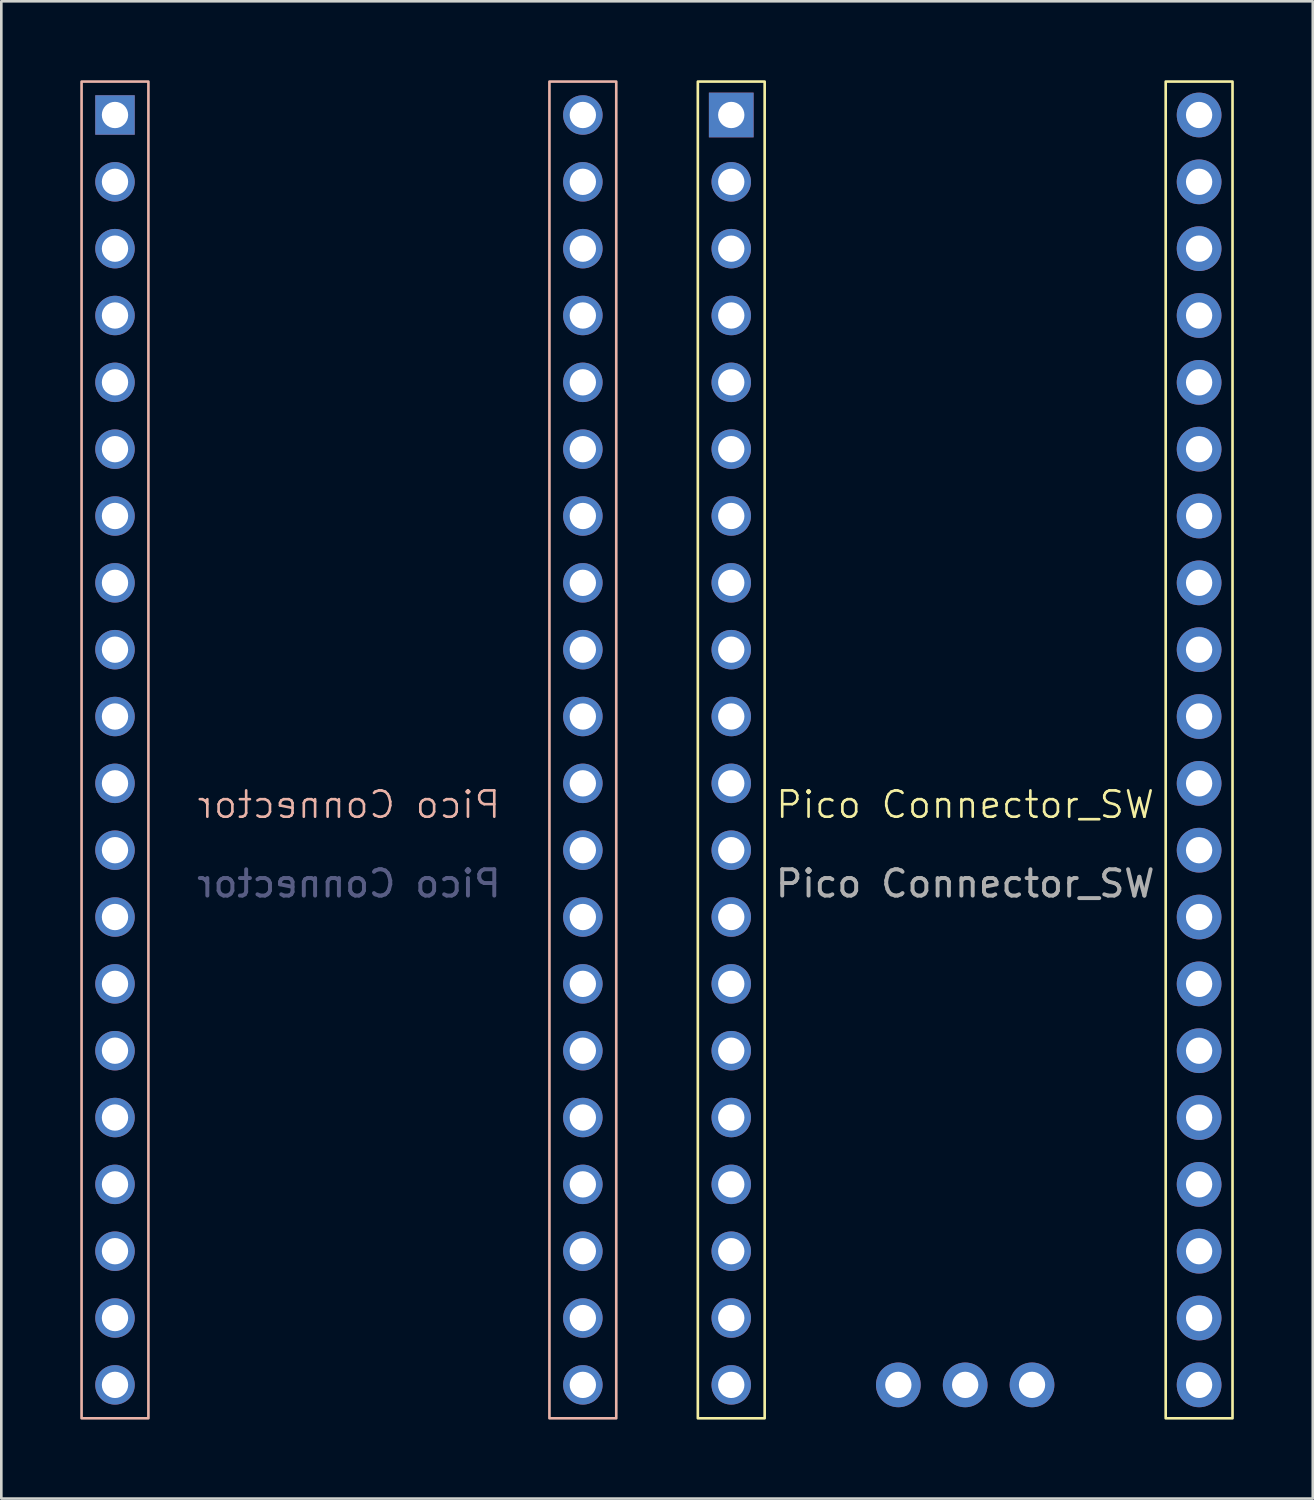
<source format=kicad_pcb>
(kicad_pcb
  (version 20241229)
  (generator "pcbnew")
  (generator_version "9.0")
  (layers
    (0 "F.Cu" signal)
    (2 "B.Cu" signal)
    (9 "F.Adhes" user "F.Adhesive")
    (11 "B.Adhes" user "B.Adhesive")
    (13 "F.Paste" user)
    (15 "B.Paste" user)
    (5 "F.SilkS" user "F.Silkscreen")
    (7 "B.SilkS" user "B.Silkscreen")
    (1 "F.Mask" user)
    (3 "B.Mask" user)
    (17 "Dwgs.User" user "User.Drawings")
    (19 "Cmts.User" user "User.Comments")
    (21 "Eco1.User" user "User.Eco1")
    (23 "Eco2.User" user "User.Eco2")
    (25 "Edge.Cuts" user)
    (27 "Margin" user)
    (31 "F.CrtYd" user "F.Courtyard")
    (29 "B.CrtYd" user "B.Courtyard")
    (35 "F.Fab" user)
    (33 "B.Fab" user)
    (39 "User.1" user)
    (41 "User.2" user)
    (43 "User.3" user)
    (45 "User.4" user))
  (footprint "Pico Connector"
    (layer "F.Cu")
    (at 1.27 25.48)
    (property "Reference" "Pico Connector" (at 8.94 2.05 0) (unlocked yes) (layer "B.SilkS") (effects (font (size 1 1) (thickness 0.1)) (justify mirror)))
    (attr through_hole dnp)
    (fp_rect (start -1.22 -25.43) (end 1.32 25.37) (stroke (width 0.1) (type default)) (fill no) (layer "B.SilkS"))
    (fp_rect (start 16.56 -25.43) (end 19.1 25.37) (stroke (width 0.1) (type default)) (fill no) (layer "B.SilkS"))
    (fp_text user "${REFERENCE}" (at 8.94 5.05 0) (unlocked yes) (layer "B.Fab") (effects (font (size 1 1) (thickness 0.15)) (justify mirror)))
    (pad "1" thru_hole circle (at 17.83 -24.16 180) (size 1.5 1.5) (drill 1) (layers "*.Cu" "*.Mask"))
    (pad "2" thru_hole circle (at 17.83 -21.62 180) (size 1.5 1.5) (drill 1) (layers "*.Cu" "*.Mask"))
    (pad "3" thru_hole circle (at 17.83 -19.08 180) (size 1.5 1.5) (drill 1) (layers "*.Cu" "*.Mask"))
    (pad "4" thru_hole circle (at 17.83 -16.54 180) (size 1.5 1.5) (drill 1) (layers "*.Cu" "*.Mask"))
    (pad "5" thru_hole circle (at 17.83 -14 180) (size 1.5 1.5) (drill 1) (layers "*.Cu" "*.Mask"))
    (pad "6" thru_hole circle (at 17.83 -11.46 180) (size 1.5 1.5) (drill 1) (layers "*.Cu" "*.Mask"))
    (pad "7" thru_hole circle (at 17.83 -8.92 180) (size 1.5 1.5) (drill 1) (layers "*.Cu" "*.Mask"))
    (pad "8" thru_hole circle (at 17.83 -6.38 180) (size 1.5 1.5) (drill 1) (layers "*.Cu" "*.Mask"))
    (pad "9" thru_hole circle (at 17.83 -3.84 180) (size 1.5 1.5) (drill 1) (layers "*.Cu" "*.Mask"))
    (pad "10" thru_hole circle (at 17.83 -1.3 180) (size 1.5 1.5) (drill 1) (layers "*.Cu" "*.Mask"))
    (pad "11" thru_hole circle (at 17.83 1.24 180) (size 1.5 1.5) (drill 1) (layers "*.Cu" "*.Mask"))
    (pad "12" thru_hole circle (at 17.83 3.78 180) (size 1.5 1.5) (drill 1) (layers "*.Cu" "*.Mask"))
    (pad "13" thru_hole circle (at 17.83 6.32 180) (size 1.5 1.5) (drill 1) (layers "*.Cu" "*.Mask"))
    (pad "14" thru_hole circle (at 17.83 8.86 180) (size 1.5 1.5) (drill 1) (layers "*.Cu" "*.Mask"))
    (pad "15" thru_hole circle (at 17.83 11.4 180) (size 1.5 1.5) (drill 1) (layers "*.Cu" "*.Mask"))
    (pad "16" thru_hole circle (at 17.83 13.94 180) (size 1.5 1.5) (drill 1) (layers "*.Cu" "*.Mask"))
    (pad "17" thru_hole circle (at 17.83 16.48 180) (size 1.5 1.5) (drill 1) (layers "*.Cu" "*.Mask"))
    (pad "18" thru_hole circle (at 17.83 19.02 180) (size 1.5 1.5) (drill 1) (layers "*.Cu" "*.Mask"))
    (pad "19" thru_hole circle (at 17.83 21.56 180) (size 1.5 1.5) (drill 1) (layers "*.Cu" "*.Mask"))
    (pad "20" thru_hole circle (at 17.83 24.1 180) (size 1.5 1.5) (drill 1) (layers "*.Cu" "*.Mask"))
    (pad "21" thru_hole circle (at 0.05 24.1 180) (size 1.5 1.5) (drill 1) (layers "*.Cu" "*.Mask"))
    (pad "22" thru_hole circle (at 0.05 21.56 180) (size 1.5 1.5) (drill 1) (layers "*.Cu" "*.Mask"))
    (pad "23" thru_hole circle (at 0.05 19.02 180) (size 1.5 1.5) (drill 1) (layers "*.Cu" "*.Mask"))
    (pad "24" thru_hole circle (at 0.05 16.48 180) (size 1.5 1.5) (drill 1) (layers "*.Cu" "*.Mask"))
    (pad "25" thru_hole circle (at 0.05 13.94 180) (size 1.5 1.5) (drill 1) (layers "*.Cu" "*.Mask"))
    (pad "26" thru_hole circle (at 0.05 11.4 180) (size 1.5 1.5) (drill 1) (layers "*.Cu" "*.Mask"))
    (pad "27" thru_hole circle (at 0.05 8.86 180) (size 1.5 1.5) (drill 1) (layers "*.Cu" "*.Mask"))
    (pad "28" thru_hole circle (at 0.05 6.32 180) (size 1.5 1.5) (drill 1) (layers "*.Cu" "*.Mask"))
    (pad "29" thru_hole circle (at 0.05 3.78 180) (size 1.5 1.5) (drill 1) (layers "*.Cu" "*.Mask"))
    (pad "30" thru_hole circle (at 0.05 1.24 180) (size 1.5 1.5) (drill 1) (layers "*.Cu" "*.Mask"))
    (pad "31" thru_hole circle (at 0.05 -1.3 180) (size 1.5 1.5) (drill 1) (layers "*.Cu" "*.Mask"))
    (pad "32" thru_hole circle (at 0.05 -3.84 180) (size 1.5 1.5) (drill 1) (layers "*.Cu" "*.Mask"))
    (pad "33" thru_hole circle (at 0.05 -6.38 180) (size 1.5 1.5) (drill 1) (layers "*.Cu" "*.Mask"))
    (pad "34" thru_hole circle (at 0.05 -8.92 180) (size 1.5 1.5) (drill 1) (layers "*.Cu" "*.Mask"))
    (pad "35" thru_hole circle (at 0.05 -11.46 180) (size 1.5 1.5) (drill 1) (layers "*.Cu" "*.Mask"))
    (pad "36" thru_hole circle (at 0.05 -14 180) (size 1.5 1.5) (drill 1) (layers "*.Cu" "*.Mask"))
    (pad "37" thru_hole circle (at 0.05 -16.54 180) (size 1.5 1.5) (drill 1) (layers "*.Cu" "*.Mask"))
    (pad "38" thru_hole circle (at 0.05 -19.08 180) (size 1.5 1.5) (drill 1) (layers "*.Cu" "*.Mask"))
    (pad "39" thru_hole circle (at 0.05 -21.62 180) (size 1.5 1.5) (drill 1) (layers "*.Cu" "*.Mask"))
    (pad "40" thru_hole rect (at 0.05 -24.16 180) (size 1.5 1.5) (drill 1) (layers "*.Cu" "*.Mask")))
  (footprint "Pico Connector_SW"
    (layer "F.Cu")
    (at 24.74 25.45)
    (property "Reference" "Pico Connector_SW" (at 8.89 2.08 0) (unlocked yes) (layer "F.SilkS") (effects (font (size 1 1) (thickness 0.1))))
    (attr smd)
    (fp_rect (start -1.27 -25.4) (end 1.27 25.4) (stroke (width 0.1) (type default)) (fill no) (layer "F.SilkS"))
    (fp_rect (start 16.51 -25.4) (end 19.05 25.4) (stroke (width 0.1) (type default)) (fill no) (layer "F.SilkS"))
    (fp_text user "${REFERENCE}" (at 8.89 5.08 0) (unlocked yes) (layer "F.Fab") (effects (font (size 1 1) (thickness 0.15))))
    (pad "1" thru_hole rect (at 0 -24.13) (size 1.7 1.7) (drill 1) (layers "*.Cu" "*.Mask"))
    (pad "2" thru_hole circle (at 0 -21.59) (size 1.5 1.5) (drill 1) (layers "*.Cu" "*.Mask"))
    (pad "3" thru_hole circle (at 0 -19.05) (size 1.5 1.5) (drill 1) (layers "*.Cu" "*.Mask"))
    (pad "4" thru_hole circle (at 0 -16.51) (size 1.5 1.5) (drill 1) (layers "*.Cu" "*.Mask"))
    (pad "5" thru_hole circle (at 0 -13.97) (size 1.5 1.5) (drill 1) (layers "*.Cu" "*.Mask"))
    (pad "6" thru_hole circle (at 0 -11.43) (size 1.5 1.5) (drill 1) (layers "*.Cu" "*.Mask"))
    (pad "7" thru_hole circle (at 0 -8.89) (size 1.5 1.5) (drill 1) (layers "*.Cu" "*.Mask"))
    (pad "8" thru_hole circle (at 0 -6.35) (size 1.5 1.5) (drill 1) (layers "*.Cu" "*.Mask"))
    (pad "9" thru_hole circle (at 0 -3.81) (size 1.5 1.5) (drill 1) (layers "*.Cu" "*.Mask"))
    (pad "10" thru_hole circle (at 0 -1.27) (size 1.5 1.5) (drill 1) (layers "*.Cu" "*.Mask"))
    (pad "11" thru_hole circle (at 0 1.27) (size 1.5 1.5) (drill 1) (layers "*.Cu" "*.Mask"))
    (pad "12" thru_hole circle (at 0 3.81) (size 1.5 1.5) (drill 1) (layers "*.Cu" "*.Mask"))
    (pad "13" thru_hole circle (at 0 6.35) (size 1.5 1.5) (drill 1) (layers "*.Cu" "*.Mask"))
    (pad "14" thru_hole circle (at 0 8.89) (size 1.5 1.5) (drill 1) (layers "*.Cu" "*.Mask"))
    (pad "15" thru_hole circle (at 0 11.43) (size 1.5 1.5) (drill 1) (layers "*.Cu" "*.Mask"))
    (pad "16" thru_hole circle (at 0 13.97) (size 1.5 1.5) (drill 1) (layers "*.Cu" "*.Mask"))
    (pad "17" thru_hole circle (at 0 16.51) (size 1.5 1.5) (drill 1) (layers "*.Cu" "*.Mask"))
    (pad "18" thru_hole circle (at 0 19.05) (size 1.5 1.5) (drill 1) (layers "*.Cu" "*.Mask"))
    (pad "19" thru_hole circle (at 0 21.59) (size 1.5 1.5) (drill 1) (layers "*.Cu" "*.Mask"))
    (pad "20" thru_hole circle (at 0 24.13) (size 1.5 1.5) (drill 1) (layers "*.Cu" "*.Mask"))
    (pad "21" thru_hole circle (at 17.78 24.13 180) (size 1.7 1.7) (drill 1) (layers "*.Cu" "*.Mask"))
    (pad "22" thru_hole circle (at 17.78 21.59 180) (size 1.7 1.7) (drill 1) (layers "*.Cu" "*.Mask"))
    (pad "23" thru_hole circle (at 17.78 19.05 180) (size 1.7 1.7) (drill 1) (layers "*.Cu" "*.Mask"))
    (pad "24" thru_hole circle (at 17.78 16.51 180) (size 1.7 1.7) (drill 1) (layers "*.Cu" "*.Mask"))
    (pad "25" thru_hole circle (at 17.78 13.97 180) (size 1.7 1.7) (drill 1) (layers "*.Cu" "*.Mask"))
    (pad "26" thru_hole circle (at 17.78 11.43 180) (size 1.7 1.7) (drill 1) (layers "*.Cu" "*.Mask"))
    (pad "27" thru_hole circle (at 17.78 8.89 180) (size 1.7 1.7) (drill 1) (layers "*.Cu" "*.Mask"))
    (pad "28" thru_hole circle (at 17.78 6.35 180) (size 1.7 1.7) (drill 1) (layers "*.Cu" "*.Mask"))
    (pad "29" thru_hole circle (at 17.78 3.81 180) (size 1.7 1.7) (drill 1) (layers "*.Cu" "*.Mask"))
    (pad "30" thru_hole circle (at 17.78 1.27 180) (size 1.7 1.7) (drill 1) (layers "*.Cu" "*.Mask"))
    (pad "31" thru_hole circle (at 17.78 -1.27 180) (size 1.7 1.7) (drill 1) (layers "*.Cu" "*.Mask"))
    (pad "32" thru_hole circle (at 17.78 -3.81 180) (size 1.7 1.7) (drill 1) (layers "*.Cu" "*.Mask"))
    (pad "33" thru_hole circle (at 17.78 -6.35 180) (size 1.7 1.7) (drill 1) (layers "*.Cu" "*.Mask"))
    (pad "34" thru_hole circle (at 17.78 -8.89 180) (size 1.7 1.7) (drill 1) (layers "*.Cu" "*.Mask"))
    (pad "35" thru_hole circle (at 17.78 -11.43 180) (size 1.7 1.7) (drill 1) (layers "*.Cu" "*.Mask"))
    (pad "36" thru_hole circle (at 17.78 -13.97 180) (size 1.7 1.7) (drill 1) (layers "*.Cu" "*.Mask"))
    (pad "37" thru_hole circle (at 17.78 -16.51 180) (size 1.7 1.7) (drill 1) (layers "*.Cu" "*.Mask"))
    (pad "38" thru_hole circle (at 17.78 -19.05 180) (size 1.7 1.7) (drill 1) (layers "*.Cu" "*.Mask"))
    (pad "39" thru_hole circle (at 17.78 -21.59 180) (size 1.7 1.7) (drill 1) (layers "*.Cu" "*.Mask"))
    (pad "40" thru_hole circle (at 17.78 -24.13 180) (size 1.7 1.7) (drill 1) (layers "*.Cu" "*.Mask"))
    (pad "D1" thru_hole circle (at 6.35 24.13 90) (size 1.7 1.7) (drill 1) (layers "*.Cu" "*.Mask"))
    (pad "D2" thru_hole circle (at 8.89 24.13 90) (size 1.7 1.7) (drill 1) (layers "*.Cu" "*.Mask"))
    (pad "D3" thru_hole circle (at 11.43 24.13 90) (size 1.7 1.7) (drill 1) (layers "*.Cu" "*.Mask")))
  (gr_rect
    (start -3 -3)
    (end 46.84 53.9)
    (stroke (width 0.1) (type default))
    (fill no)
    (layer "Edge.Cuts")))
</source>
